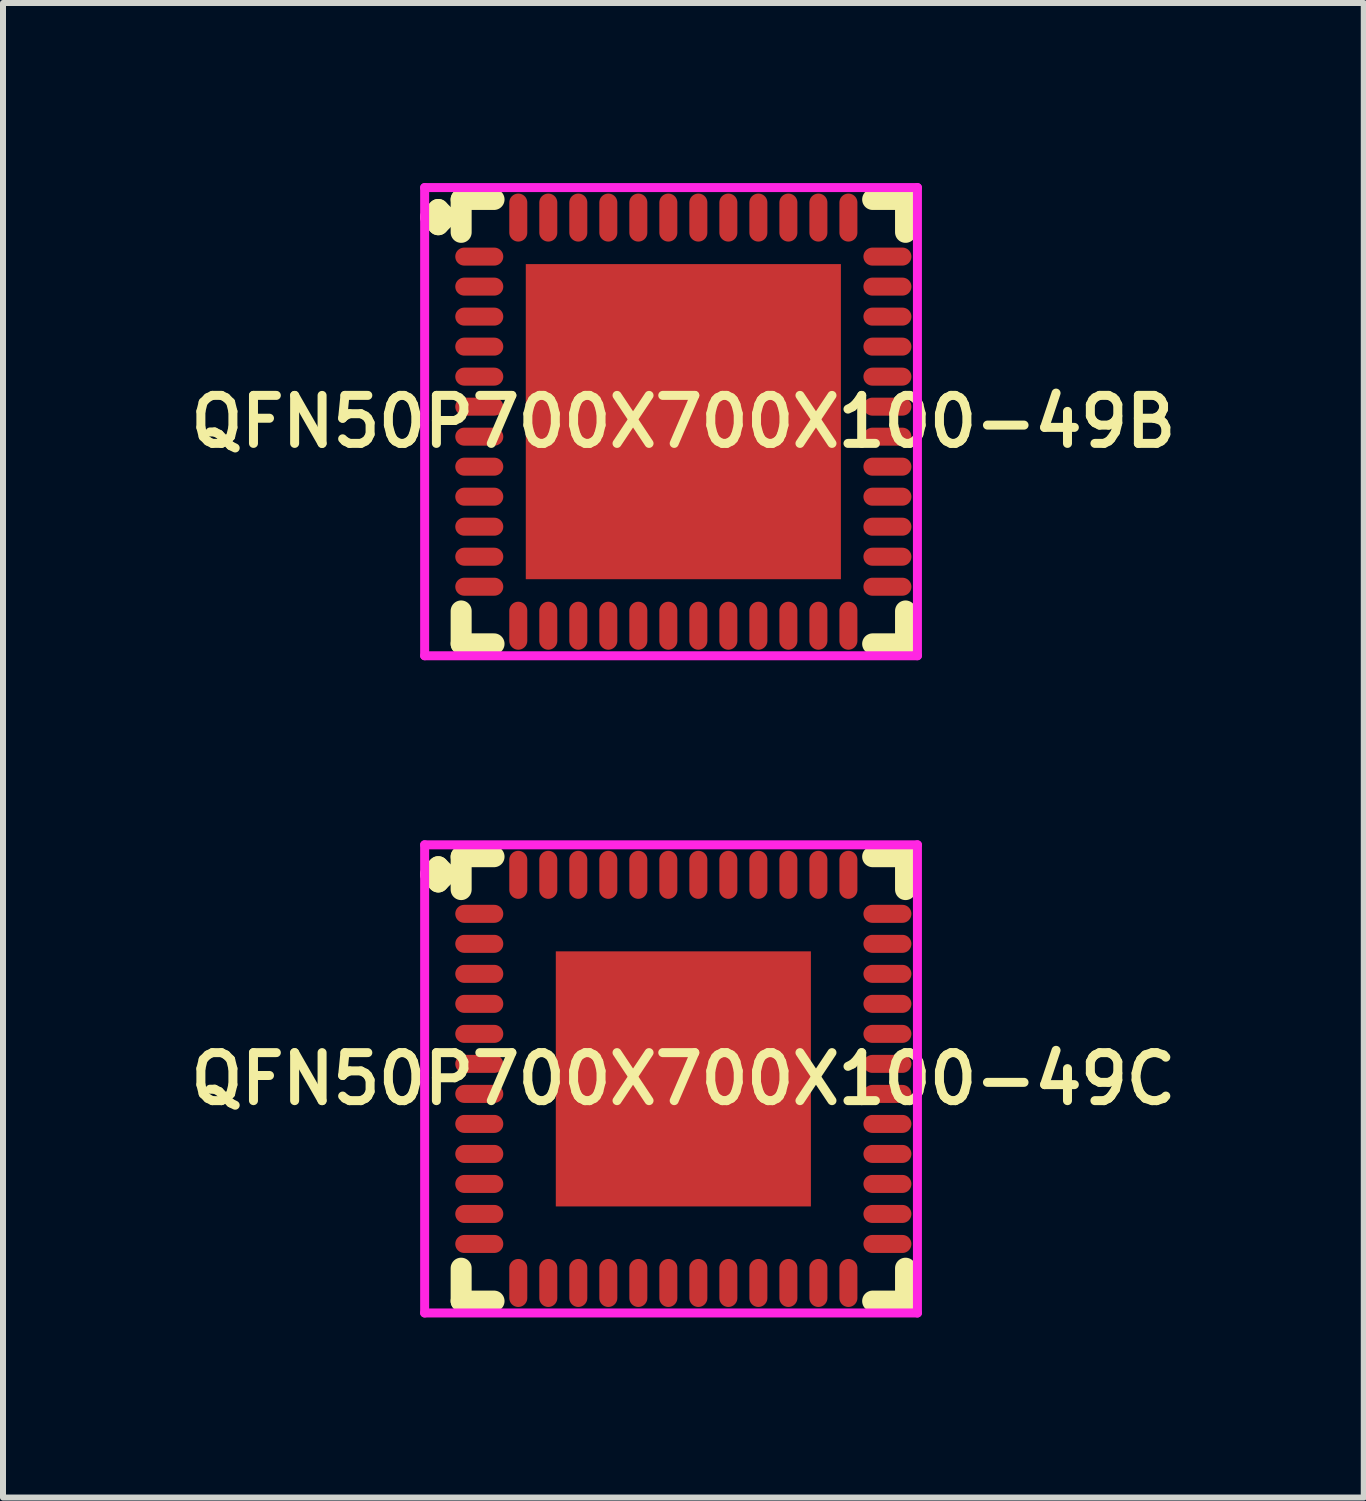
<source format=kicad_pcb>
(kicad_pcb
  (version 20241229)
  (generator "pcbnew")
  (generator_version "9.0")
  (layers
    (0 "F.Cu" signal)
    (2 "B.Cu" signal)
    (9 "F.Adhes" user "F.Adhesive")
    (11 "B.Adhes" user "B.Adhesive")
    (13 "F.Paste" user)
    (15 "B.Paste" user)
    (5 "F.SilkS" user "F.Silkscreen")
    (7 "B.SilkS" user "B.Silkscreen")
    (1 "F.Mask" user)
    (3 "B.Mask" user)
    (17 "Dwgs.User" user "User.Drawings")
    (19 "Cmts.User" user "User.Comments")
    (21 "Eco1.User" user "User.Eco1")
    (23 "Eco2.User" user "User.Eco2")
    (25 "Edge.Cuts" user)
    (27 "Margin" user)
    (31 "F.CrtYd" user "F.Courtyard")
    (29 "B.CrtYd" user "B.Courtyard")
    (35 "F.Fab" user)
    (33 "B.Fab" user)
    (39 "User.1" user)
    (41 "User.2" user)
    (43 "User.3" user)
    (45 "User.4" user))
  (footprint "QFN50P700X700X100-49C"
    (layer "F.Cu")
    (at 8.335 14.925)
    (property "Reference" "QFN50P700X700X100-49C" (at 0 0 0) (layer "F.SilkS") (effects (font (size 0.8 0.8) (thickness 0.15))))
    (attr smd)
    (fp_line (start -4.21 -3.408) (end -4.083 -3.535) (stroke (width 0.35) (type solid)) (layer "F.SilkS"))
    (fp_line (start -4.083 -3.535) (end -3.956 -3.408) (stroke (width 0.35) (type solid)) (layer "F.SilkS"))
    (fp_line (start -4.083 -3.281) (end -4.21 -3.408) (stroke (width 0.35) (type solid)) (layer "F.SilkS"))
    (fp_line (start -3.956 -3.408) (end -4.083 -3.281) (stroke (width 0.35) (type solid)) (layer "F.SilkS"))
    (fp_line (start -3.702 -3.702) (end -3.154 -3.702) (stroke (width 0.35) (type solid)) (layer "F.SilkS"))
    (fp_line (start -3.702 -3.154) (end -3.702 -3.702) (stroke (width 0.35) (type solid)) (layer "F.SilkS"))
    (fp_line (start -3.702 3.154) (end -3.702 3.702) (stroke (width 0.35) (type solid)) (layer "F.SilkS"))
    (fp_line (start -3.702 3.702) (end -3.154 3.702) (stroke (width 0.35) (type solid)) (layer "F.SilkS"))
    (fp_line (start 3.154 -3.702) (end 3.702 -3.702) (stroke (width 0.35) (type solid)) (layer "F.SilkS"))
    (fp_line (start 3.154 3.702) (end 3.702 3.702) (stroke (width 0.35) (type solid)) (layer "F.SilkS"))
    (fp_line (start 3.702 -3.702) (end 3.702 -3.154) (stroke (width 0.35) (type solid)) (layer "F.SilkS"))
    (fp_line (start 3.702 3.702) (end 3.702 3.154) (stroke (width 0.35) (type solid)) (layer "F.SilkS"))
    (fp_line (start -4.31 -3.9) (end 3.9 -3.9) (stroke (width 0.15) (type solid)) (layer "F.CrtYd"))
    (fp_line (start -4.31 3.9) (end -4.31 -3.9) (stroke (width 0.15) (type solid)) (layer "F.CrtYd"))
    (fp_line (start 3.9 -3.9) (end 3.9 3.9) (stroke (width 0.15) (type solid)) (layer "F.CrtYd"))
    (fp_line (start 3.9 3.9) (end -4.31 3.9) (stroke (width 0.15) (type solid)) (layer "F.CrtYd"))
    (pad "1" smd oval (at -3.4 -2.75) (size 0.8 0.3) (layers "F.Cu" "F.Mask" "F.Paste"))
    (pad "2" smd oval (at -3.4 -2.25) (size 0.8 0.3) (layers "F.Cu" "F.Mask" "F.Paste"))
    (pad "3" smd oval (at -3.4 -1.75) (size 0.8 0.3) (layers "F.Cu" "F.Mask" "F.Paste"))
    (pad "4" smd oval (at -3.4 -1.25) (size 0.8 0.3) (layers "F.Cu" "F.Mask" "F.Paste"))
    (pad "5" smd oval (at -3.4 -0.75) (size 0.8 0.3) (layers "F.Cu" "F.Mask" "F.Paste"))
    (pad "6" smd oval (at -3.4 -0.25) (size 0.8 0.3) (layers "F.Cu" "F.Mask" "F.Paste"))
    (pad "7" smd oval (at -3.4 0.25) (size 0.8 0.3) (layers "F.Cu" "F.Mask" "F.Paste"))
    (pad "8" smd oval (at -3.4 0.75) (size 0.8 0.3) (layers "F.Cu" "F.Mask" "F.Paste"))
    (pad "9" smd oval (at -3.4 1.25) (size 0.8 0.3) (layers "F.Cu" "F.Mask" "F.Paste"))
    (pad "10" smd oval (at -3.4 1.75) (size 0.8 0.3) (layers "F.Cu" "F.Mask" "F.Paste"))
    (pad "11" smd oval (at -3.4 2.25) (size 0.8 0.3) (layers "F.Cu" "F.Mask" "F.Paste"))
    (pad "12" smd oval (at -3.4 2.75) (size 0.8 0.3) (layers "F.Cu" "F.Mask" "F.Paste"))
    (pad "13" smd oval (at -2.75 3.4) (size 0.3 0.8) (layers "F.Cu" "F.Mask" "F.Paste"))
    (pad "14" smd oval (at -2.25 3.4) (size 0.3 0.8) (layers "F.Cu" "F.Mask" "F.Paste"))
    (pad "15" smd oval (at -1.75 3.4) (size 0.3 0.8) (layers "F.Cu" "F.Mask" "F.Paste"))
    (pad "16" smd oval (at -1.25 3.4) (size 0.3 0.8) (layers "F.Cu" "F.Mask" "F.Paste"))
    (pad "17" smd oval (at -0.75 3.4) (size 0.3 0.8) (layers "F.Cu" "F.Mask" "F.Paste"))
    (pad "18" smd oval (at -0.25 3.4) (size 0.3 0.8) (layers "F.Cu" "F.Mask" "F.Paste"))
    (pad "19" smd oval (at 0.25 3.4) (size 0.3 0.8) (layers "F.Cu" "F.Mask" "F.Paste"))
    (pad "20" smd oval (at 0.75 3.4) (size 0.3 0.8) (layers "F.Cu" "F.Mask" "F.Paste"))
    (pad "21" smd oval (at 1.25 3.4) (size 0.3 0.8) (layers "F.Cu" "F.Mask" "F.Paste"))
    (pad "22" smd oval (at 1.75 3.4) (size 0.3 0.8) (layers "F.Cu" "F.Mask" "F.Paste"))
    (pad "23" smd oval (at 2.25 3.4) (size 0.3 0.8) (layers "F.Cu" "F.Mask" "F.Paste"))
    (pad "24" smd oval (at 2.75 3.4) (size 0.3 0.8) (layers "F.Cu" "F.Mask" "F.Paste"))
    (pad "25" smd oval (at 3.4 2.75) (size 0.8 0.3) (layers "F.Cu" "F.Mask" "F.Paste"))
    (pad "26" smd oval (at 3.4 2.25) (size 0.8 0.3) (layers "F.Cu" "F.Mask" "F.Paste"))
    (pad "27" smd oval (at 3.4 1.75) (size 0.8 0.3) (layers "F.Cu" "F.Mask" "F.Paste"))
    (pad "28" smd oval (at 3.4 1.25) (size 0.8 0.3) (layers "F.Cu" "F.Mask" "F.Paste"))
    (pad "29" smd oval (at 3.4 0.75) (size 0.8 0.3) (layers "F.Cu" "F.Mask" "F.Paste"))
    (pad "30" smd oval (at 3.4 0.25) (size 0.8 0.3) (layers "F.Cu" "F.Mask" "F.Paste"))
    (pad "31" smd oval (at 3.4 -0.25) (size 0.8 0.3) (layers "F.Cu" "F.Mask" "F.Paste"))
    (pad "32" smd oval (at 3.4 -0.75) (size 0.8 0.3) (layers "F.Cu" "F.Mask" "F.Paste"))
    (pad "33" smd oval (at 3.4 -1.25) (size 0.8 0.3) (layers "F.Cu" "F.Mask" "F.Paste"))
    (pad "34" smd oval (at 3.4 -1.75) (size 0.8 0.3) (layers "F.Cu" "F.Mask" "F.Paste"))
    (pad "35" smd oval (at 3.4 -2.25) (size 0.8 0.3) (layers "F.Cu" "F.Mask" "F.Paste"))
    (pad "36" smd oval (at 3.4 -2.75) (size 0.8 0.3) (layers "F.Cu" "F.Mask" "F.Paste"))
    (pad "37" smd oval (at 2.75 -3.4) (size 0.3 0.8) (layers "F.Cu" "F.Mask" "F.Paste"))
    (pad "38" smd oval (at 2.25 -3.4) (size 0.3 0.8) (layers "F.Cu" "F.Mask" "F.Paste"))
    (pad "39" smd oval (at 1.75 -3.4) (size 0.3 0.8) (layers "F.Cu" "F.Mask" "F.Paste"))
    (pad "40" smd oval (at 1.25 -3.4) (size 0.3 0.8) (layers "F.Cu" "F.Mask" "F.Paste"))
    (pad "41" smd oval (at 0.75 -3.4) (size 0.3 0.8) (layers "F.Cu" "F.Mask" "F.Paste"))
    (pad "42" smd oval (at 0.25 -3.4) (size 0.3 0.8) (layers "F.Cu" "F.Mask" "F.Paste"))
    (pad "43" smd oval (at -0.25 -3.4) (size 0.3 0.8) (layers "F.Cu" "F.Mask" "F.Paste"))
    (pad "44" smd oval (at -0.75 -3.4) (size 0.3 0.8) (layers "F.Cu" "F.Mask" "F.Paste"))
    (pad "45" smd oval (at -1.25 -3.4) (size 0.3 0.8) (layers "F.Cu" "F.Mask" "F.Paste"))
    (pad "46" smd oval (at -1.75 -3.4) (size 0.3 0.8) (layers "F.Cu" "F.Mask" "F.Paste"))
    (pad "47" smd oval (at -2.25 -3.4) (size 0.3 0.8) (layers "F.Cu" "F.Mask" "F.Paste"))
    (pad "48" smd oval (at -2.75 -3.4) (size 0.3 0.8) (layers "F.Cu" "F.Mask" "F.Paste"))
    (pad "49" smd rect (at 0 0) (size 4.25 4.25) (layers "F.Cu" "F.Mask" "F.Paste")))
  (footprint "QFN50P700X700X100-49B"
    (layer "F.Cu")
    (at 8.335 3.975)
    (property "Reference" "QFN50P700X700X100-49B" (at 0 0 0) (layer "F.SilkS") (effects (font (size 0.8 0.8) (thickness 0.15))))
    (attr smd)
    (fp_line (start -4.21 -3.408) (end -4.083 -3.535) (stroke (width 0.35) (type solid)) (layer "F.SilkS"))
    (fp_line (start -4.083 -3.535) (end -3.956 -3.408) (stroke (width 0.35) (type solid)) (layer "F.SilkS"))
    (fp_line (start -4.083 -3.281) (end -4.21 -3.408) (stroke (width 0.35) (type solid)) (layer "F.SilkS"))
    (fp_line (start -3.956 -3.408) (end -4.083 -3.281) (stroke (width 0.35) (type solid)) (layer "F.SilkS"))
    (fp_line (start -3.702 -3.702) (end -3.154 -3.702) (stroke (width 0.35) (type solid)) (layer "F.SilkS"))
    (fp_line (start -3.702 -3.154) (end -3.702 -3.702) (stroke (width 0.35) (type solid)) (layer "F.SilkS"))
    (fp_line (start -3.702 3.154) (end -3.702 3.702) (stroke (width 0.35) (type solid)) (layer "F.SilkS"))
    (fp_line (start -3.702 3.702) (end -3.154 3.702) (stroke (width 0.35) (type solid)) (layer "F.SilkS"))
    (fp_line (start 3.154 -3.702) (end 3.702 -3.702) (stroke (width 0.35) (type solid)) (layer "F.SilkS"))
    (fp_line (start 3.154 3.702) (end 3.702 3.702) (stroke (width 0.35) (type solid)) (layer "F.SilkS"))
    (fp_line (start 3.702 -3.702) (end 3.702 -3.154) (stroke (width 0.35) (type solid)) (layer "F.SilkS"))
    (fp_line (start 3.702 3.702) (end 3.702 3.154) (stroke (width 0.35) (type solid)) (layer "F.SilkS"))
    (fp_line (start -4.31 -3.9) (end 3.9 -3.9) (stroke (width 0.15) (type solid)) (layer "F.CrtYd"))
    (fp_line (start -4.31 3.9) (end -4.31 -3.9) (stroke (width 0.15) (type solid)) (layer "F.CrtYd"))
    (fp_line (start 3.9 -3.9) (end 3.9 3.9) (stroke (width 0.15) (type solid)) (layer "F.CrtYd"))
    (fp_line (start 3.9 3.9) (end -4.31 3.9) (stroke (width 0.15) (type solid)) (layer "F.CrtYd"))
    (pad "1" smd oval (at -3.4 -2.75) (size 0.8 0.3) (layers "F.Cu" "F.Mask" "F.Paste"))
    (pad "2" smd oval (at -3.4 -2.25) (size 0.8 0.3) (layers "F.Cu" "F.Mask" "F.Paste"))
    (pad "3" smd oval (at -3.4 -1.75) (size 0.8 0.3) (layers "F.Cu" "F.Mask" "F.Paste"))
    (pad "4" smd oval (at -3.4 -1.25) (size 0.8 0.3) (layers "F.Cu" "F.Mask" "F.Paste"))
    (pad "5" smd oval (at -3.4 -0.75) (size 0.8 0.3) (layers "F.Cu" "F.Mask" "F.Paste"))
    (pad "6" smd oval (at -3.4 -0.25) (size 0.8 0.3) (layers "F.Cu" "F.Mask" "F.Paste"))
    (pad "7" smd oval (at -3.4 0.25) (size 0.8 0.3) (layers "F.Cu" "F.Mask" "F.Paste"))
    (pad "8" smd oval (at -3.4 0.75) (size 0.8 0.3) (layers "F.Cu" "F.Mask" "F.Paste"))
    (pad "9" smd oval (at -3.4 1.25) (size 0.8 0.3) (layers "F.Cu" "F.Mask" "F.Paste"))
    (pad "10" smd oval (at -3.4 1.75) (size 0.8 0.3) (layers "F.Cu" "F.Mask" "F.Paste"))
    (pad "11" smd oval (at -3.4 2.25) (size 0.8 0.3) (layers "F.Cu" "F.Mask" "F.Paste"))
    (pad "12" smd oval (at -3.4 2.75) (size 0.8 0.3) (layers "F.Cu" "F.Mask" "F.Paste"))
    (pad "13" smd oval (at -2.75 3.4) (size 0.3 0.8) (layers "F.Cu" "F.Mask" "F.Paste"))
    (pad "14" smd oval (at -2.25 3.4) (size 0.3 0.8) (layers "F.Cu" "F.Mask" "F.Paste"))
    (pad "15" smd oval (at -1.75 3.4) (size 0.3 0.8) (layers "F.Cu" "F.Mask" "F.Paste"))
    (pad "16" smd oval (at -1.25 3.4) (size 0.3 0.8) (layers "F.Cu" "F.Mask" "F.Paste"))
    (pad "17" smd oval (at -0.75 3.4) (size 0.3 0.8) (layers "F.Cu" "F.Mask" "F.Paste"))
    (pad "18" smd oval (at -0.25 3.4) (size 0.3 0.8) (layers "F.Cu" "F.Mask" "F.Paste"))
    (pad "19" smd oval (at 0.25 3.4) (size 0.3 0.8) (layers "F.Cu" "F.Mask" "F.Paste"))
    (pad "20" smd oval (at 0.75 3.4) (size 0.3 0.8) (layers "F.Cu" "F.Mask" "F.Paste"))
    (pad "21" smd oval (at 1.25 3.4) (size 0.3 0.8) (layers "F.Cu" "F.Mask" "F.Paste"))
    (pad "22" smd oval (at 1.75 3.4) (size 0.3 0.8) (layers "F.Cu" "F.Mask" "F.Paste"))
    (pad "23" smd oval (at 2.25 3.4) (size 0.3 0.8) (layers "F.Cu" "F.Mask" "F.Paste"))
    (pad "24" smd oval (at 2.75 3.4) (size 0.3 0.8) (layers "F.Cu" "F.Mask" "F.Paste"))
    (pad "25" smd oval (at 3.4 2.75) (size 0.8 0.3) (layers "F.Cu" "F.Mask" "F.Paste"))
    (pad "26" smd oval (at 3.4 2.25) (size 0.8 0.3) (layers "F.Cu" "F.Mask" "F.Paste"))
    (pad "27" smd oval (at 3.4 1.75) (size 0.8 0.3) (layers "F.Cu" "F.Mask" "F.Paste"))
    (pad "28" smd oval (at 3.4 1.25) (size 0.8 0.3) (layers "F.Cu" "F.Mask" "F.Paste"))
    (pad "29" smd oval (at 3.4 0.75) (size 0.8 0.3) (layers "F.Cu" "F.Mask" "F.Paste"))
    (pad "30" smd oval (at 3.4 0.25) (size 0.8 0.3) (layers "F.Cu" "F.Mask" "F.Paste"))
    (pad "31" smd oval (at 3.4 -0.25) (size 0.8 0.3) (layers "F.Cu" "F.Mask" "F.Paste"))
    (pad "32" smd oval (at 3.4 -0.75) (size 0.8 0.3) (layers "F.Cu" "F.Mask" "F.Paste"))
    (pad "33" smd oval (at 3.4 -1.25) (size 0.8 0.3) (layers "F.Cu" "F.Mask" "F.Paste"))
    (pad "34" smd oval (at 3.4 -1.75) (size 0.8 0.3) (layers "F.Cu" "F.Mask" "F.Paste"))
    (pad "35" smd oval (at 3.4 -2.25) (size 0.8 0.3) (layers "F.Cu" "F.Mask" "F.Paste"))
    (pad "36" smd oval (at 3.4 -2.75) (size 0.8 0.3) (layers "F.Cu" "F.Mask" "F.Paste"))
    (pad "37" smd oval (at 2.75 -3.4) (size 0.3 0.8) (layers "F.Cu" "F.Mask" "F.Paste"))
    (pad "38" smd oval (at 2.25 -3.4) (size 0.3 0.8) (layers "F.Cu" "F.Mask" "F.Paste"))
    (pad "39" smd oval (at 1.75 -3.4) (size 0.3 0.8) (layers "F.Cu" "F.Mask" "F.Paste"))
    (pad "40" smd oval (at 1.25 -3.4) (size 0.3 0.8) (layers "F.Cu" "F.Mask" "F.Paste"))
    (pad "41" smd oval (at 0.75 -3.4) (size 0.3 0.8) (layers "F.Cu" "F.Mask" "F.Paste"))
    (pad "42" smd oval (at 0.25 -3.4) (size 0.3 0.8) (layers "F.Cu" "F.Mask" "F.Paste"))
    (pad "43" smd oval (at -0.25 -3.4) (size 0.3 0.8) (layers "F.Cu" "F.Mask" "F.Paste"))
    (pad "44" smd oval (at -0.75 -3.4) (size 0.3 0.8) (layers "F.Cu" "F.Mask" "F.Paste"))
    (pad "45" smd oval (at -1.25 -3.4) (size 0.3 0.8) (layers "F.Cu" "F.Mask" "F.Paste"))
    (pad "46" smd oval (at -1.75 -3.4) (size 0.3 0.8) (layers "F.Cu" "F.Mask" "F.Paste"))
    (pad "47" smd oval (at -2.25 -3.4) (size 0.3 0.8) (layers "F.Cu" "F.Mask" "F.Paste"))
    (pad "48" smd oval (at -2.75 -3.4) (size 0.3 0.8) (layers "F.Cu" "F.Mask" "F.Paste"))
    (pad "49" smd rect (at 0 0) (size 5.25 5.25) (layers "F.Cu" "F.Mask" "F.Paste")))
  (gr_rect
    (start -3 -3)
    (end 19.671 21.9)
    (stroke (width 0.1) (type default))
    (fill no)
    (layer "Edge.Cuts")))
</source>
